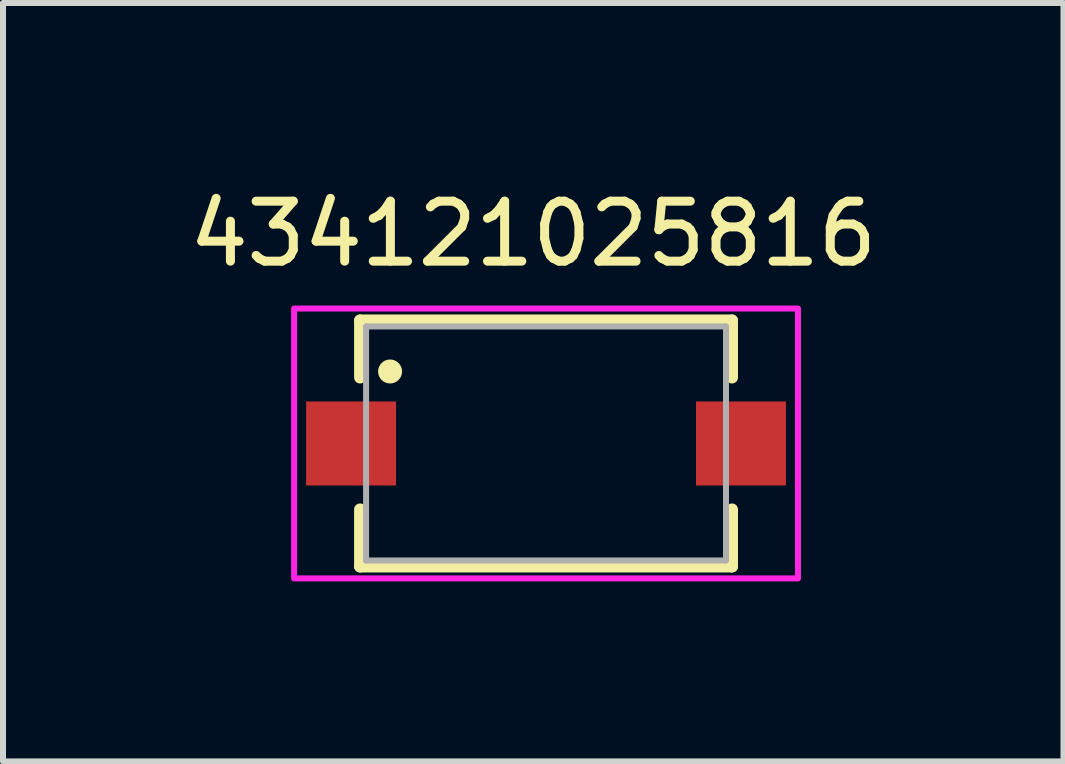
<source format=kicad_pcb>
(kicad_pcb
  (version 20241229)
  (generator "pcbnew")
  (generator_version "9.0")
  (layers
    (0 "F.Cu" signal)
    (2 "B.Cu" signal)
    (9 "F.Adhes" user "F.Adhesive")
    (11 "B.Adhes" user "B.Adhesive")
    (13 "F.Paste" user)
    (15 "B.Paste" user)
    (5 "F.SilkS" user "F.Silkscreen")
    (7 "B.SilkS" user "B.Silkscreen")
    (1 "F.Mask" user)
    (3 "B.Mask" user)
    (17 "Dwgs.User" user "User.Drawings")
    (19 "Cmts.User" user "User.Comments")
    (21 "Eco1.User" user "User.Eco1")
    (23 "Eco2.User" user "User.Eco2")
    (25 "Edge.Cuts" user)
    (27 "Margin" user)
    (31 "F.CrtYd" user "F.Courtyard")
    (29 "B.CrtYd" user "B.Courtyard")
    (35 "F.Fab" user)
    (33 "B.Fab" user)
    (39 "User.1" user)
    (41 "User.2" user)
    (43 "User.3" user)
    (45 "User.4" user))
  (footprint "434121025816"
    (layer "F.Cu")
    (at 6.053 4.343)
    (property "Reference" "434121025816" (at -0.214 -3.494 0) (layer "F.SilkS") (effects (font (size 1 1) (thickness 0.15))))
    (attr smd)
    (fp_line (start -3.1 -2.05) (end 3.1 -2.05) (stroke (width 0.2) (type solid)) (layer "F.SilkS"))
    (fp_line (start -3.1 -1.1) (end -3.1 -2.05) (stroke (width 0.2) (type solid)) (layer "F.SilkS"))
    (fp_line (start -3.1 1.1) (end -3.1 2.05) (stroke (width 0.2) (type solid)) (layer "F.SilkS"))
    (fp_line (start -3.1 2.05) (end 3.1 2.05) (stroke (width 0.2) (type solid)) (layer "F.SilkS"))
    (fp_line (start 3.1 -2.05) (end 3.1 -1.1) (stroke (width 0.2) (type solid)) (layer "F.SilkS"))
    (fp_line (start 3.1 2.05) (end 3.1 1.1) (stroke (width 0.2) (type solid)) (layer "F.SilkS"))
    (fp_circle (center -2.6 -1.2) (end -2.5 -1.2) (stroke (width 0.2) (type solid)) (fill no) (layer "F.SilkS"))
    (fp_poly (pts (xy -4.2 -2.25) (xy 4.2 -2.25) (xy 4.2 2.25) (xy -4.2 2.25)) (stroke (width 0.1) (type solid)) (fill no) (layer "F.CrtYd"))
    (fp_line (start -3 -1.95) (end -3 1.95) (stroke (width 0.1) (type solid)) (layer "F.Fab"))
    (fp_line (start -3 1.95) (end 3 1.95) (stroke (width 0.1) (type solid)) (layer "F.Fab"))
    (fp_line (start 3 -1.95) (end -3 -1.95) (stroke (width 0.1) (type solid)) (layer "F.Fab"))
    (fp_line (start 3 1.95) (end 3 -1.95) (stroke (width 0.1) (type solid)) (layer "F.Fab"))
    (pad "1" smd rect (at -3.25 0) (size 1.5 1.4) (layers "F.Cu" "F.Mask" "F.Paste"))
    (pad "2" smd rect (at 3.25 0) (size 1.5 1.4) (layers "F.Cu" "F.Mask" "F.Paste")))
  (gr_rect
    (start -3 -3)
    (end 14.679 9.643)
    (stroke (width 0.1) (type default))
    (fill no)
    (layer "Edge.Cuts")))
</source>
